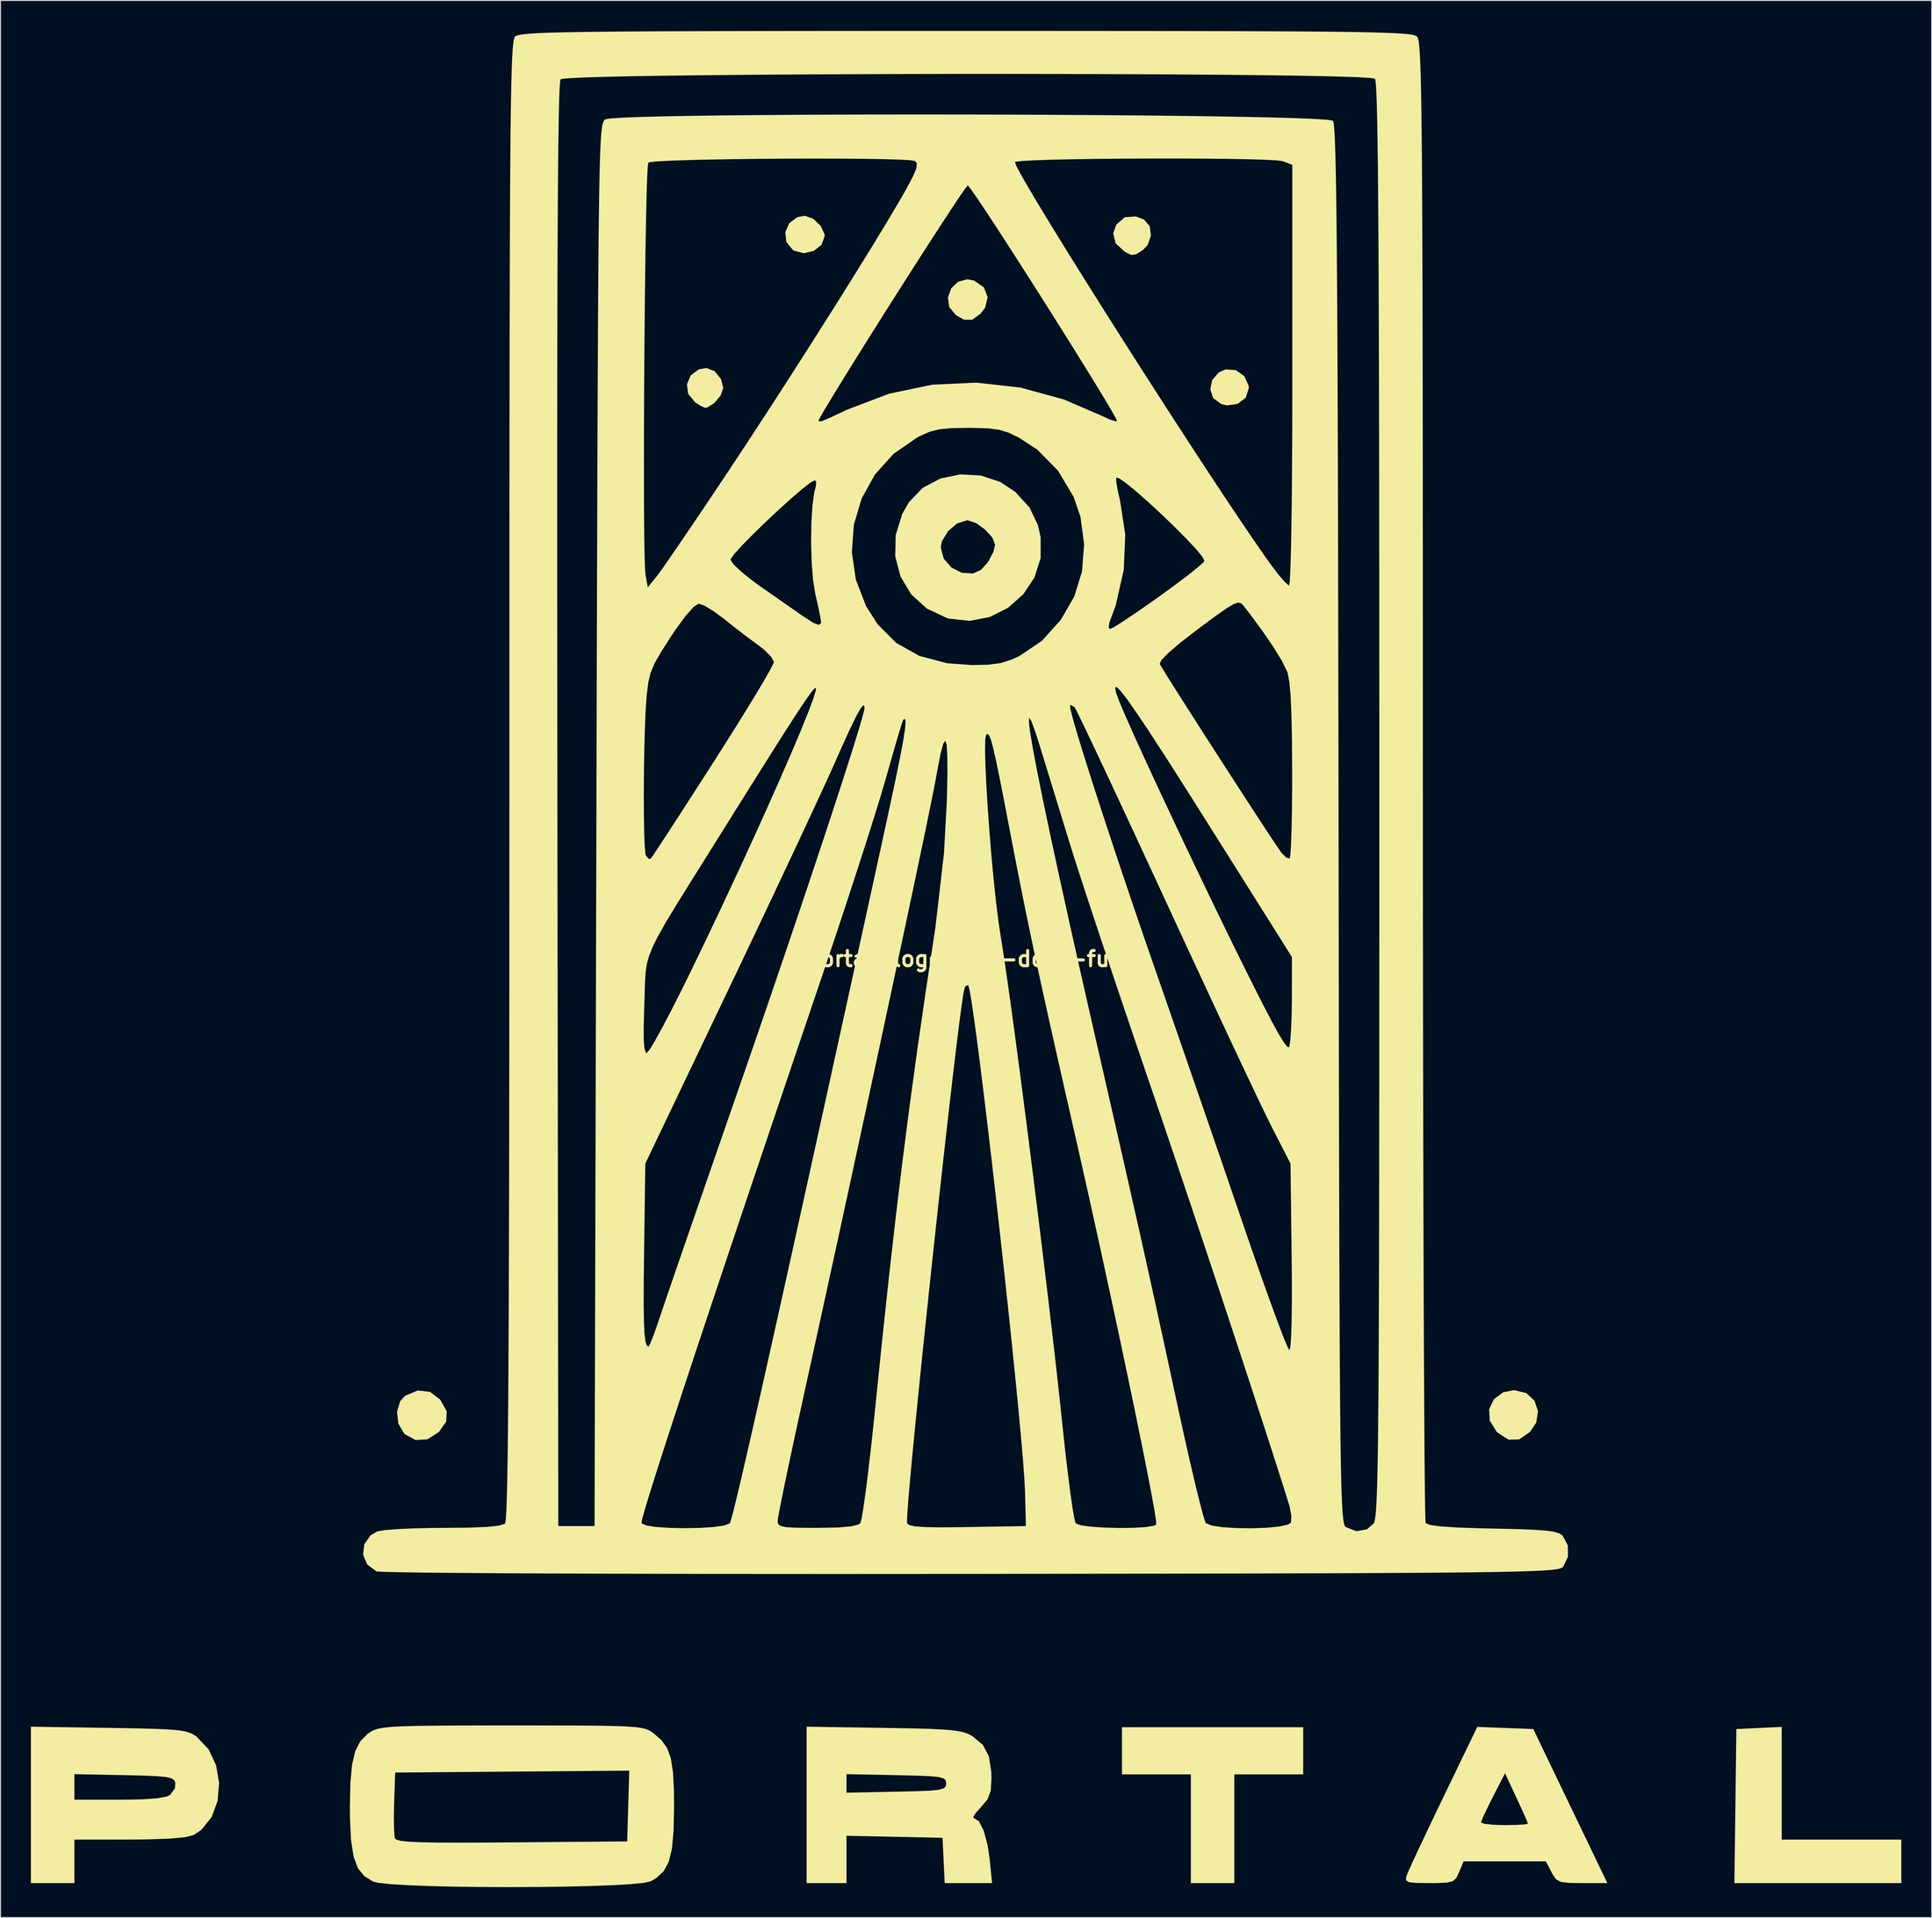
<source format=kicad_pcb>
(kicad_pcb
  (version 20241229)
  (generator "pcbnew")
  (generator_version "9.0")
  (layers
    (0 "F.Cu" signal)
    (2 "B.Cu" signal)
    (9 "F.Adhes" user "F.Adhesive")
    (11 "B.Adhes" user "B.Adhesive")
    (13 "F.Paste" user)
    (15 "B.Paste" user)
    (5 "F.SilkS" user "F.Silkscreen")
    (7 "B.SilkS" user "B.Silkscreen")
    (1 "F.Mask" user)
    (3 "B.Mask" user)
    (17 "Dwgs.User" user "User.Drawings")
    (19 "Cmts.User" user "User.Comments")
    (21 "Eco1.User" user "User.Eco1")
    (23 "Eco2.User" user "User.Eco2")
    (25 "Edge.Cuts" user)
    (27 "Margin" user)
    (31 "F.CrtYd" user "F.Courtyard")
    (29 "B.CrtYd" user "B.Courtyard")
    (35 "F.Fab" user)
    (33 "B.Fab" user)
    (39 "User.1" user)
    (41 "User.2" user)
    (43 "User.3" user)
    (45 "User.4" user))
  (footprint "portal-logo-eye-door-full"
    (layer "F.Cu")
    (at 92.299 91.583)
    (property "Reference" "portal-logo-eye-door-full" (at 0 0 0) (layer "F.SilkS") (effects (font (size 1.5 1.5) (thickness 0.3))))
    (attr board_only exclude_from_pos_files exclude_from_bom)
    (fp_poly (pts (xy 80.493 81.37) (xy 80.493 86.932) (xy 86.396 86.932) (xy 92.299 86.932) (xy 92.299 89.079) (xy 92.299 91.225) (xy 84.063 91.225) (xy 75.828 91.225) (xy 75.925 83.623) (xy 76.021 76.021) (xy 78.257 75.915) (xy 80.493 75.808)) (stroke (width 0) (type solid)) (fill yes) (layer "F.SilkS"))
    (fp_poly (pts (xy 0.797 -66.936) (xy 1.755 -66.266) (xy 2.128 -65.318) (xy 1.88 -64.27) (xy 1.431 -63.679) (xy 0.603 -63.071) (xy -0.2 -63.078) (xy -0.994 -63.52) (xy -1.667 -64.331) (xy -1.795 -65.273) (xy -1.474 -66.165) (xy -0.799 -66.824) (xy 0.135 -67.069)) (stroke (width 0) (type solid)) (fill yes) (layer "F.SilkS"))
    (fp_poly (pts (xy 26.617 -58.103) (xy 27.456 -57.508) (xy 27.887 -56.571) (xy 27.904 -56.333) (xy 27.598 -55.386) (xy 26.814 -54.777) (xy 25.755 -54.622) (xy 25.163 -54.759) (xy 24.381 -55.352) (xy 24.1 -56.211) (xy 24.291 -57.121) (xy 24.928 -57.868) (xy 25.604 -58.172)) (stroke (width 0) (type solid)) (fill yes) (layer "F.SilkS"))
    (fp_poly (pts (xy -24.82 -57.999) (xy -24.195 -57.229) (xy -23.969 -56.34) (xy -24.23 -55.6) (xy -24.842 -54.863) (xy -25.544 -54.414) (xy -25.758 -54.377) (xy -26.167 -54.561) (xy -26.751 -54.934) (xy -27.432 -55.758) (xy -27.551 -56.712) (xy -27.176 -57.587) (xy -26.376 -58.179) (xy -25.628 -58.313)) (stroke (width 0) (type solid)) (fill yes) (layer "F.SilkS"))
    (fp_poly (pts (xy -15.094 -73.041) (xy -14.351 -72.336) (xy -13.963 -71.502) (xy -13.952 -71.359) (xy -14.261 -70.482) (xy -15.028 -69.875) (xy -16.017 -69.643) (xy -16.989 -69.893) (xy -17.093 -69.961) (xy -17.744 -70.766) (xy -17.843 -71.712) (xy -17.462 -72.591) (xy -16.675 -73.193) (xy -15.914 -73.338)) (stroke (width 0) (type solid)) (fill yes) (layer "F.SilkS"))
    (fp_poly (pts (xy 17.553 -72.968) (xy 18.121 -72.313) (xy 18.241 -71.384) (xy 17.921 -70.455) (xy 17.45 -69.96) (xy 16.76 -69.522) (xy 16.287 -69.473) (xy 15.671 -69.778) (xy 15.656 -69.787) (xy 14.764 -70.61) (xy 14.515 -71.6) (xy 14.829 -72.468) (xy 15.666 -73.195) (xy 16.753 -73.272)) (stroke (width 0) (type solid)) (fill yes) (layer "F.SilkS"))
    (fp_poly (pts (xy 55.286 42.861) (xy 56.093 43.611) (xy 56.444 44.642) (xy 56.27 45.777) (xy 55.646 46.702) (xy 54.585 47.435) (xy 53.542 47.46) (xy 52.469 46.774) (xy 52.354 46.662) (xy 51.685 45.584) (xy 51.621 44.46) (xy 52.087 43.467) (xy 53.009 42.781) (xy 54.088 42.572)) (stroke (width 0) (type solid)) (fill yes) (layer "F.SilkS"))
    (fp_poly (pts (xy -52.912 42.741) (xy -51.904 43.508) (xy -51.899 43.514) (xy -51.264 44.652) (xy -51.307 45.674) (xy -52.035 46.701) (xy -52.036 46.702) (xy -53.157 47.425) (xy -54.329 47.499) (xy -55.397 46.917) (xy -55.451 46.865) (xy -56.037 45.873) (xy -56.167 44.711) (xy -55.848 43.653) (xy -55.371 43.129) (xy -54.121 42.608)) (stroke (width 0) (type solid)) (fill yes) (layer "F.SilkS"))
    (fp_poly (pts (xy 33.27 78.168) (xy 33.27 80.493) (xy 29.872 80.493) (xy 26.473 80.493) (xy 26.473 85.859) (xy 26.473 91.225) (xy 24.327 91.225) (xy 22.18 91.225) (xy 22.18 85.859) (xy 22.18 80.493) (xy 18.782 80.493) (xy 15.383 80.493) (xy 15.383 78.168) (xy 15.383 75.842) (xy 24.327 75.842) (xy 33.27 75.842)) (stroke (width 0) (type solid)) (fill yes) (layer "F.SilkS"))
    (fp_poly (pts (xy 1.453 -47.701) (xy 3.393 -47.057) (xy 4.853 -46.081) (xy 6.255 -44.544) (xy 7.083 -42.817) (xy 7.357 -41.611) (xy 7.356 -39.548) (xy 6.747 -37.638) (xy 5.637 -35.971) (xy 4.131 -34.641) (xy 2.336 -33.737) (xy 0.357 -33.352) (xy -1.7 -33.577) (xy -1.873 -33.627) (xy -3.871 -34.565) (xy -5.416 -35.969) (xy -6.47 -37.723) (xy -6.994 -39.71) (xy -6.975 -40.604) (xy -2.504 -40.604) (xy -2.208 -39.495) (xy -1.449 -38.623) (xy -0.425 -38.098) (xy 0.668 -38.029) (xy 1.462 -38.38) (xy 2.179 -39.179) (xy 2.71 -40.193) (xy 2.862 -40.89) (xy 2.572 -41.6) (xy 1.863 -42.376) (xy 0.976 -43.008) (xy 0.152 -43.286) (xy 0.114 -43.287) (xy -0.871 -42.978) (xy -1.781 -42.209) (xy -2.385 -41.218) (xy -2.504 -40.604) (xy -6.975 -40.604) (xy -6.95 -41.814) (xy -6.299 -43.916) (xy -5.635 -45.08) (xy -4.276 -46.486) (xy -2.537 -47.401) (xy -0.576 -47.811)) (stroke (width 0) (type solid)) (fill yes) (layer "F.SilkS"))
    (fp_poly (pts (xy -84.632 75.906) (xy -82.078 75.949) (xy -80.138 75.997) (xy -78.71 76.061) (xy -77.693 76.149) (xy -76.984 76.274) (xy -76.483 76.444) (xy -76.088 76.669) (xy -75.957 76.762) (xy -74.763 78.022) (xy -74.021 79.608) (xy -73.726 81.358) (xy -73.873 83.109) (xy -74.457 84.7) (xy -75.475 85.969) (xy -76.234 86.48) (xy -77.062 86.69) (xy -78.593 86.834) (xy -80.819 86.912) (xy -82.55 86.927) (xy -88.006 86.932) (xy -88.006 89.079) (xy -88.006 91.225) (xy -90.152 91.225) (xy -92.299 91.225) (xy -92.299 83.508) (xy -92.299 80.473) (xy -88.006 80.473) (xy -88.006 81.735) (xy -88.006 82.997) (xy -83.602 82.997) (xy -81.398 82.964) (xy -79.845 82.859) (xy -78.882 82.679) (xy -78.555 82.526) (xy -78.091 81.867) (xy -78.044 81.364) (xy -78.148 81.086) (xy -78.413 80.889) (xy -78.952 80.757) (xy -79.878 80.671) (xy -81.304 80.614) (xy -83.091 80.572) (xy -88.006 80.473) (xy -92.299 80.473) (xy -92.299 75.791)) (stroke (width 0) (type solid)) (fill yes) (layer "F.SilkS"))
    (fp_poly (pts (xy -8.139 75.906) (xy -5.566 75.951) (xy -3.606 76.004) (xy -2.155 76.075) (xy -1.11 76.173) (xy -0.367 76.307) (xy 0.177 76.488) (xy 0.596 76.706) (xy 1.642 77.568) (xy 2.248 78.701) (xy 2.491 80.277) (xy 2.504 80.895) (xy 2.428 82.111) (xy 2.119 82.95) (xy 1.459 83.74) (xy 0.888 84.378) (xy 0.687 84.748) (xy 0.735 84.786) (xy 1.263 85.124) (xy 1.74 86.056) (xy 2.119 87.463) (xy 2.317 88.811) (xy 2.561 91.225) (xy 0.224 91.225) (xy -2.112 91.225) (xy -2.219 88.989) (xy -2.325 86.754) (xy -7.065 86.654) (xy -11.806 86.554) (xy -11.806 88.89) (xy -11.806 91.225) (xy -13.773 91.225) (xy -15.741 91.225) (xy -15.741 83.508) (xy -15.741 80.473) (xy -11.806 80.473) (xy -11.806 81.387) (xy -11.806 82.302) (xy -6.887 82.202) (xy -4.924 82.157) (xy -3.567 82.101) (xy -2.703 82.016) (xy -2.223 81.884) (xy -2.014 81.687) (xy -1.968 81.406) (xy -1.968 81.387) (xy -2.008 81.101) (xy -2.204 80.9) (xy -2.666 80.765) (xy -3.505 80.678) (xy -4.831 80.621) (xy -6.755 80.575) (xy -6.887 80.572) (xy -11.806 80.473) (xy -15.741 80.473) (xy -15.741 75.791)) (stroke (width 0) (type solid)) (fill yes) (layer "F.SilkS"))
    (fp_poly (pts (xy 53.216 75.917) (xy 55.984 76.021) (xy 56.581 77.273) (xy 56.922 77.985) (xy 57.513 79.216) (xy 58.295 80.843) (xy 59.207 82.742) (xy 60.191 84.787) (xy 60.233 84.875) (xy 63.288 91.225) (xy 60.81 91.225) (xy 59.496 91.208) (xy 58.704 91.11) (xy 58.239 90.864) (xy 57.907 90.399) (xy 57.776 90.152) (xy 57.221 89.079) (xy 53.16 89.079) (xy 49.098 89.079) (xy 48.654 90.152) (xy 48.385 90.715) (xy 48.04 91.036) (xy 47.433 91.183) (xy 46.379 91.224) (xy 45.724 91.225) (xy 44.427 91.21) (xy 43.705 91.134) (xy 43.42 90.954) (xy 43.431 90.628) (xy 43.462 90.524) (xy 43.678 90.004) (xy 44.159 88.946) (xy 44.855 87.455) (xy 45.716 85.635) (xy 45.908 85.233) (xy 50.817 85.233) (xy 51.134 85.37) (xy 51.981 85.466) (xy 53.125 85.501) (xy 54.31 85.482) (xy 55.147 85.431) (xy 55.451 85.363) (xy 55.31 84.995) (xy 54.938 84.152) (xy 54.411 83.003) (xy 54.319 82.806) (xy 53.188 80.389) (xy 52.011 82.677) (xy 51.431 83.837) (xy 51.005 84.745) (xy 50.819 85.219) (xy 50.817 85.233) (xy 45.908 85.233) (xy 46.694 83.591) (xy 47.066 82.818) (xy 50.449 75.812)) (stroke (width 0) (type solid)) (fill yes) (layer "F.SilkS"))
    (fp_poly (pts (xy -41.46 75.665) (xy -38.711 75.671) (xy -36.53 75.687) (xy -34.841 75.716) (xy -33.572 75.762) (xy -32.647 75.829) (xy -31.993 75.921) (xy -31.535 76.043) (xy -31.2 76.197) (xy -30.913 76.388) (xy -30.882 76.411) (xy -30.082 77.101) (xy -29.515 77.884) (xy -29.143 78.894) (xy -28.93 80.262) (xy -28.836 82.122) (xy -28.822 83.713) (xy -28.871 86.081) (xy -29.036 87.853) (xy -29.354 89.143) (xy -29.861 90.065) (xy -30.592 90.734) (xy -31.112 91.04) (xy -31.769 91.193) (xy -33.038 91.322) (xy -34.816 91.428) (xy -37 91.511) (xy -39.489 91.572) (xy -42.178 91.608) (xy -44.965 91.622) (xy -47.747 91.611) (xy -50.421 91.577) (xy -52.885 91.519) (xy -55.035 91.437) (xy -56.768 91.331) (xy -57.983 91.201) (xy -58.52 91.075) (xy -59.395 90.542) (xy -60.029 89.75) (xy -60.455 88.596) (xy -60.704 86.98) (xy -60.808 84.798) (xy -60.809 84.768) (xy -56.477 84.768) (xy -56.458 85.964) (xy -56.397 86.709) (xy -56.37 86.818) (xy -56.201 86.955) (xy -55.766 87.061) (xy -55 87.14) (xy -53.834 87.194) (xy -52.203 87.224) (xy -50.039 87.233) (xy -47.275 87.224) (xy -44.817 87.206) (xy -33.449 87.111) (xy -33.347 83.618) (xy -33.244 80.125) (xy -44.795 80.22) (xy -56.345 80.314) (xy -56.45 83.325) (xy -56.477 84.768) (xy -60.809 84.768) (xy -60.817 83.737) (xy -60.768 81.331) (xy -60.601 79.521) (xy -60.285 78.191) (xy -59.788 77.226) (xy -59.08 76.511) (xy -58.805 76.317) (xy -58.498 76.145) (xy -58.107 76.006) (xy -57.556 75.897) (xy -56.773 75.813) (xy -55.684 75.752) (xy -54.214 75.71) (xy -52.291 75.684) (xy -49.84 75.669) (xy -46.788 75.664) (xy -44.85 75.663)) (stroke (width 0) (type solid)) (fill yes) (layer "F.SilkS"))
    (fp_poly (pts (xy 6.567 -91.582) (xy 12.455 -91.58) (xy 17.701 -91.576) (xy 22.344 -91.569) (xy 26.418 -91.559) (xy 29.962 -91.545) (xy 33.012 -91.528) (xy 35.606 -91.506) (xy 37.78 -91.479) (xy 39.571 -91.447) (xy 41.017 -91.409) (xy 42.154 -91.364) (xy 43.019 -91.313) (xy 43.65 -91.255) (xy 44.083 -91.189) (xy 44.355 -91.114) (xy 44.503 -91.031) (xy 44.514 -91.021) (xy 44.58 -90.907) (xy 44.64 -90.683) (xy 44.696 -90.321) (xy 44.747 -89.791) (xy 44.793 -89.066) (xy 44.834 -88.117) (xy 44.872 -86.914) (xy 44.905 -85.431) (xy 44.935 -83.637) (xy 44.961 -81.504) (xy 44.984 -79.004) (xy 45.004 -76.108) (xy 45.021 -72.787) (xy 45.035 -69.013) (xy 45.047 -64.758) (xy 45.057 -59.992) (xy 45.065 -54.687) (xy 45.071 -48.814) (xy 45.075 -42.345) (xy 45.078 -35.251) (xy 45.08 -27.504) (xy 45.081 -19.075) (xy 45.082 -17.593) (xy 45.083 -10.421) (xy 45.088 -3.438) (xy 45.094 3.322) (xy 45.103 9.826) (xy 45.115 16.04) (xy 45.128 21.929) (xy 45.143 27.461) (xy 45.159 32.6) (xy 45.178 37.314) (xy 45.198 41.569) (xy 45.219 45.33) (xy 45.241 48.565) (xy 45.265 51.238) (xy 45.289 53.317) (xy 45.315 54.767) (xy 45.341 55.555) (xy 45.356 55.695) (xy 45.772 55.874) (xy 46.791 56.018) (xy 48.444 56.127) (xy 50.766 56.207) (xy 51.957 56.232) (xy 54.301 56.283) (xy 56.033 56.348) (xy 57.255 56.437) (xy 58.071 56.56) (xy 58.583 56.728) (xy 58.882 56.939) (xy 59.385 57.892) (xy 59.399 59.025) (xy 58.926 59.998) (xy 58.881 60.044) (xy 58.766 60.122) (xy 58.559 60.192) (xy 58.23 60.257) (xy 57.745 60.315) (xy 57.072 60.367) (xy 56.178 60.414) (xy 55.032 60.455) (xy 53.6 60.492) (xy 51.85 60.525) (xy 49.75 60.554) (xy 47.267 60.579) (xy 44.368 60.601) (xy 41.022 60.62) (xy 37.195 60.637) (xy 32.856 60.651) (xy 27.971 60.664) (xy 22.508 60.675) (xy 16.436 60.685) (xy 9.721 60.695) (xy 2.33 60.704) (xy 0.434 60.706) (xy -6.291 60.713) (xy -12.762 60.714) (xy -18.944 60.713) (xy -24.804 60.707) (xy -30.307 60.697) (xy -35.418 60.685) (xy -40.104 60.668) (xy -44.329 60.649) (xy -48.06 60.627) (xy -51.262 60.601) (xy -53.9 60.573) (xy -55.941 60.543) (xy -57.351 60.51) (xy -58.094 60.474) (xy -58.2 60.458) (xy -59.112 59.773) (xy -59.511 58.81) (xy -59.399 57.782) (xy -58.781 56.904) (xy -58.117 56.518) (xy -57.447 56.396) (xy -56.21 56.292) (xy -54.555 56.215) (xy -52.631 56.172) (xy -51.564 56.166) (xy -49.088 56.143) (xy -47.286 56.07) (xy -46.118 55.946) (xy -45.541 55.767) (xy -45.505 55.737) (xy -45.453 55.529) (xy -45.404 55.001) (xy -45.36 54.128) (xy -45.319 52.888) (xy -45.282 51.258) (xy -45.249 49.215) (xy -45.219 46.736) (xy -45.192 43.798) (xy -45.169 40.378) (xy -45.148 36.454) (xy -45.13 32.002) (xy -45.115 26.999) (xy -45.103 21.423) (xy -45.093 15.25) (xy -45.086 8.458) (xy -45.081 1.024) (xy -45.077 -7.076) (xy -45.076 -15.865) (xy -45.076 -17.576) (xy -45.076 -26.123) (xy -45.074 -33.984) (xy -45.072 -41.186) (xy -45.07 -45.252) (xy -40.358 -45.252) (xy -40.357 -38.066) (xy -40.352 -30.216) (xy -40.344 -21.682) (xy -40.337 -15.167) (xy -40.246 55.987) (xy -38.458 55.987) (xy -36.669 55.987) (xy -36.668 55.692) (xy -32.043 55.692) (xy -32.04 55.701) (xy -31.619 55.916) (xy -30.658 56.07) (xy -29.333 56.164) (xy -27.817 56.196) (xy -26.284 56.168) (xy -24.909 56.078) (xy -23.864 55.928) (xy -23.325 55.716) (xy -23.318 55.707) (xy -23.236 55.477) (xy -18.603 55.477) (xy -18.551 55.78) (xy -18.313 55.979) (xy -17.766 56.095) (xy -16.784 56.15) (xy -15.245 56.166) (xy -14.711 56.166) (xy -12.697 56.13) (xy -11.342 56.018) (xy -10.594 55.824) (xy -10.444 55.713) (xy -10.408 55.585) (xy -5.834 55.585) (xy -5.822 55.711) (xy -5.599 55.893) (xy -5.034 56.017) (xy -4.038 56.088) (xy -2.523 56.112) (xy -0.401 56.094) (xy 0.131 56.085) (xy 5.903 55.987) (xy 5.815 52.589) (xy 5.753 51.338) (xy 5.62 49.537) (xy 5.424 47.254) (xy 5.173 44.56) (xy 4.876 41.526) (xy 4.54 38.221) (xy 4.172 34.716) (xy 3.781 31.081) (xy 3.375 27.386) (xy 2.961 23.701) (xy 2.548 20.097) (xy 2.142 16.643) (xy 1.753 13.41) (xy 1.388 10.469) (xy 1.055 7.888) (xy 0.762 5.74) (xy 0.517 4.093) (xy 0.327 3.018) (xy 0.201 2.586) (xy -0.053 2.687) (xy -0.157 2.9) (xy -0.274 3.479) (xy -0.453 4.687) (xy -0.687 6.456) (xy -0.968 8.718) (xy -1.288 11.402) (xy -1.641 14.441) (xy -2.019 17.765) (xy -2.414 21.306) (xy -2.819 24.994) (xy -3.228 28.76) (xy -3.631 32.536) (xy -4.023 36.253) (xy -4.395 39.842) (xy -4.74 43.234) (xy -5.051 46.359) (xy -5.32 49.15) (xy -5.541 51.537) (xy -5.705 53.451) (xy -5.805 54.824) (xy -5.834 55.585) (xy -10.408 55.585) (xy -10.317 55.256) (xy -10.134 54.177) (xy -9.907 52.566) (xy -9.649 50.513) (xy -9.37 48.109) (xy -9.083 45.443) (xy -8.954 44.176) (xy -8.258 37.394) (xy -7.591 31.181) (xy -6.933 25.389) (xy -6.266 19.875) (xy -5.572 14.492) (xy -4.833 9.093) (xy -4.03 3.535) (xy -3.146 -2.33) (xy -3.037 -3.041) (xy -2.185 -10.401) (xy -1.902 -15.562) (xy -1.844 -18.119) (xy -1.849 -19.964) (xy -1.888 -20.606) (xy 1.87 -20.606) (xy 1.909 -19.051) (xy 1.999 -17.114) (xy 2.134 -14.906) (xy 2.306 -12.538) (xy 2.505 -10.119) (xy 2.725 -7.759) (xy 2.958 -5.568) (xy 3.196 -3.657) (xy 3.397 -2.325) (xy 3.683 -0.528) (xy 4.039 1.89) (xy 4.453 4.839) (xy 4.913 8.229) (xy 5.408 11.97) (xy 5.926 15.971) (xy 6.457 20.143) (xy 6.989 24.396) (xy 7.511 28.639) (xy 8.01 32.783) (xy 8.477 36.738) (xy 8.899 40.413) (xy 9.264 43.718) (xy 9.502 45.97) (xy 9.773 48.49) (xy 10.042 50.784) (xy 10.295 52.755) (xy 10.519 54.302) (xy 10.701 55.326) (xy 10.818 55.719) (xy 11.308 55.907) (xy 12.313 56.048) (xy 13.647 56.138) (xy 15.126 56.176) (xy 16.562 56.158) (xy 17.771 56.082) (xy 18.566 55.945) (xy 18.767 55.832) (xy 18.743 55.411) (xy 18.576 54.358) (xy 18.282 52.739) (xy 17.873 50.619) (xy 17.364 48.065) (xy 16.768 45.141) (xy 16.099 41.915) (xy 15.37 38.452) (xy 14.596 34.819) (xy 13.79 31.08) (xy 12.966 27.302) (xy 12.138 23.551) (xy 11.319 19.893) (xy 10.864 17.887) (xy 9.825 13.316) (xy 8.927 9.342) (xy 8.15 5.869) (xy 7.472 2.797) (xy 6.872 0.028) (xy 6.328 -2.536) (xy 5.821 -4.994) (xy 5.329 -7.443) (xy 4.83 -9.983) (xy 4.305 -12.712) (xy 4.283 -12.827) (xy 3.728 -15.711) (xy 3.284 -17.962) (xy 2.935 -19.651) (xy 2.662 -20.848) (xy 2.447 -21.624) (xy 2.275 -22.05) (xy 2.126 -22.198) (xy 1.983 -22.136) (xy 1.98 -22.133) (xy 1.891 -21.67) (xy 1.87 -20.606) (xy -1.888 -20.606) (xy -1.918 -21.1) (xy -2.051 -21.529) (xy -2.249 -21.251) (xy -2.513 -20.269) (xy -2.845 -18.585) (xy -2.967 -17.887) (xy -3.148 -16.923) (xy -3.47 -15.318) (xy -3.919 -13.131) (xy -4.484 -10.422) (xy -5.151 -7.248) (xy -5.909 -3.668) (xy -6.744 0.259) (xy -7.644 4.474) (xy -8.597 8.919) (xy -9.59 13.535) (xy -10.61 18.264) (xy -11.645 23.046) (xy -12.683 27.824) (xy -13.71 32.538) (xy -14.714 37.13) (xy -15.683 41.542) (xy -15.935 42.688) (xy -16.563 45.552) (xy -17.137 48.215) (xy -17.642 50.589) (xy -18.058 52.59) (xy -18.368 54.132) (xy -18.555 55.129) (xy -18.603 55.477) (xy -23.236 55.477) (xy -23.199 55.372) (xy -22.969 54.514) (xy -22.626 53.122) (xy -22.167 51.183) (xy -21.589 48.683) (xy -20.89 45.612) (xy -20.066 41.956) (xy -19.114 37.702) (xy -18.033 32.84) (xy -16.819 27.355) (xy -15.469 21.235) (xy -13.981 14.469) (xy -12.352 7.044) (xy -10.579 -1.054) (xy -8.659 -9.835) (xy -8.198 -11.946) (xy -7.471 -15.304) (xy -6.897 -18.016) (xy -6.469 -20.133) (xy -6.177 -21.707) (xy -6.014 -22.789) (xy -5.971 -23.402) (xy 6.194 -23.402) (xy 6.315 -22.386) (xy 6.591 -20.743) (xy 7.018 -18.488) (xy 7.593 -15.635) (xy 8.315 -12.197) (xy 9.181 -8.188) (xy 10.187 -3.622) (xy 11.331 1.486) (xy 12.611 7.123) (xy 12.7 7.513) (xy 13.77 12.193) (xy 14.7 16.273) (xy 15.514 19.85) (xy 16.233 23.021) (xy 16.878 25.883) (xy 17.471 28.533) (xy 18.034 31.069) (xy 18.588 33.588) (xy 19.156 36.186) (xy 19.759 38.962) (xy 20.418 42.011) (xy 20.956 44.508) (xy 21.544 47.193) (xy 22.103 49.662) (xy 22.61 51.826) (xy 23.045 53.595) (xy 23.385 54.878) (xy 23.608 55.587) (xy 23.659 55.688) (xy 24.199 55.926) (xy 25.242 56.092) (xy 26.608 56.184) (xy 28.121 56.206) (xy 29.602 56.156) (xy 30.873 56.037) (xy 31.755 55.848) (xy 32.062 55.644) (xy 32.099 54.962) (xy 31.918 54.013) (xy 31.898 53.945) (xy 31.145 51.55) (xy 30.192 48.575) (xy 29.07 45.116) (xy 27.813 41.268) (xy 26.45 37.128) (xy 25.014 32.792) (xy 23.537 28.356) (xy 22.051 23.917) (xy 20.588 19.57) (xy 19.179 15.412) (xy 18.07 12.163) (xy 16.842 8.565) (xy 15.618 4.952) (xy 14.431 1.424) (xy 13.314 -1.919) (xy 12.301 -4.975) (xy 11.426 -7.645) (xy 10.721 -9.827) (xy 10.268 -11.269) (xy 9.558 -13.579) (xy 8.84 -15.915) (xy 8.173 -18.086) (xy 7.615 -19.905) (xy 7.301 -20.928) (xy 6.78 -22.556) (xy 6.423 -23.501) (xy 6.229 -23.779) (xy 6.194 -23.402) (xy -5.971 -23.402) (xy -5.969 -23.429) (xy -6.035 -23.68) (xy -6.203 -23.591) (xy -6.211 -23.581) (xy -6.347 -23.204) (xy -6.638 -22.255) (xy -7.049 -20.856) (xy -7.546 -19.125) (xy -7.895 -17.887) (xy -8.363 -16.293) (xy -9.028 -14.134) (xy -9.854 -11.522) (xy -10.806 -8.569) (xy -11.846 -5.387) (xy -12.939 -2.088) (xy -14.049 1.216) (xy -14.243 1.789) (xy -16.787 9.296) (xy -19.151 16.294) (xy -21.333 22.769) (xy -23.326 28.706) (xy -25.126 34.092) (xy -26.729 38.914) (xy -28.13 43.157) (xy -29.324 46.808) (xy -30.308 49.852) (xy -31.076 52.277) (xy -31.625 54.067) (xy -31.948 55.21) (xy -32.043 55.692) (xy -36.668 55.692) (xy -36.612 33.97) (xy -31.821 33.97) (xy -31.8 35.693) (xy -31.747 36.914) (xy -31.659 37.704) (xy -31.532 38.135) (xy -31.363 38.278) (xy -31.343 38.279) (xy -31.168 37.964) (xy -30.835 37.122) (xy -30.406 35.908) (xy -30.211 35.327) (xy -29.913 34.44) (xy -29.405 32.95) (xy -28.711 30.928) (xy -27.857 28.446) (xy -26.867 25.578) (xy -25.766 22.395) (xy -24.58 18.969) (xy -23.333 15.372) (xy -22.467 12.879) (xy -20.965 8.539) (xy -19.487 4.236) (xy -18.051 0.025) (xy -16.676 -4.038) (xy -15.379 -7.898) (xy -14.18 -11.5) (xy -13.096 -14.787) (xy -12.146 -17.705) (xy -11.348 -20.198) (xy -10.72 -22.211) (xy -10.281 -23.689) (xy -10.05 -24.575) (xy -10.017 -24.787) (xy -10.093 -25.018) (xy 10.25 -25.018) (xy 10.299 -24.618) (xy 10.561 -23.61) (xy 11.013 -22.06) (xy 11.634 -20.038) (xy 12.403 -17.61) (xy 13.296 -14.845) (xy 14.294 -11.81) (xy 15.372 -8.572) (xy 16.511 -5.199) (xy 17.687 -1.759) (xy 18.796 1.44) (xy 19.993 4.882) (xy 21.35 8.796) (xy 22.793 12.973) (xy 24.252 17.207) (xy 25.656 21.291) (xy 26.933 25.019) (xy 27.277 26.026) (xy 28.258 28.875) (xy 29.178 31.499) (xy 30.009 33.823) (xy 30.725 35.773) (xy 31.298 37.275) (xy 31.7 38.253) (xy 31.904 38.634) (xy 31.911 38.637) (xy 32.005 38.291) (xy 32.078 37.298) (xy 32.126 35.728) (xy 32.15 33.65) (xy 32.146 31.132) (xy 32.13 29.425) (xy 32.018 20.213) (xy 30.184 16.635) (xy 29.69 15.639) (xy 28.932 14.066) (xy 27.944 11.987) (xy 26.759 9.477) (xy 25.413 6.607) (xy 23.94 3.451) (xy 22.373 0.081) (xy 20.746 -3.43) (xy 19.687 -5.724) (xy 18.098 -9.163) (xy 16.592 -12.411) (xy 15.197 -15.408) (xy 13.941 -18.095) (xy 12.85 -20.414) (xy 11.953 -22.307) (xy 11.278 -23.715) (xy 10.85 -24.579) (xy 10.705 -24.84) (xy 10.327 -25.052) (xy 10.25 -25.018) (xy -10.093 -25.018) (xy -10.102 -25.047) (xy -10.37 -24.783) (xy -10.837 -23.962) (xy -11.522 -22.551) (xy -12.442 -20.519) (xy -12.86 -19.57) (xy -13.439 -18.278) (xy -14.289 -16.423) (xy -15.371 -14.089) (xy -16.646 -11.359) (xy -18.075 -8.317) (xy -19.618 -5.045) (xy -21.238 -1.627) (xy -22.895 1.855) (xy -23.34 2.787) (xy -31.661 20.213) (xy -31.779 28.734) (xy -31.812 31.674) (xy -31.821 33.97) (xy -36.612 33.97) (xy -36.541 6.572) (xy -31.819 6.572) (xy -31.815 8.012) (xy -31.743 8.886) (xy -31.599 9.269) (xy -31.52 9.301) (xy -31.253 8.993) (xy -30.727 8.125) (xy -29.988 6.786) (xy -29.082 5.061) (xy -28.058 3.039) (xy -27.221 1.342) (xy -25.63 -1.956) (xy -24.046 -5.294) (xy -22.499 -8.607) (xy -21.016 -11.833) (xy -19.626 -14.905) (xy -18.357 -17.761) (xy -17.237 -20.336) (xy -16.296 -22.565) (xy -15.561 -24.385) (xy -15.06 -25.732) (xy -14.822 -26.54) (xy -14.824 -26.749) (xy -14.948 -26.698) (xy -15.214 -26.396) (xy -15.651 -25.798) (xy -16.286 -24.863) (xy -17.147 -23.547) (xy -18.262 -21.807) (xy -19.659 -19.601) (xy -21.366 -16.887) (xy -23.41 -13.621) (xy -24.209 -12.342) (xy -26.056 -9.391) (xy -27.568 -6.976) (xy -28.779 -5.021) (xy -29.722 -3.45) (xy -30.433 -2.188) (xy -30.945 -1.156) (xy -31.292 -0.281) (xy -31.509 0.515) (xy -31.629 1.308) (xy -31.688 2.175) (xy -31.718 3.19) (xy -31.755 4.431) (xy -31.757 4.492) (xy -31.819 6.572) (xy -36.541 6.572) (xy -36.49 -13.176) (xy -36.482 -16.36) (xy -31.809 -16.36) (xy -31.803 -14.334) (xy -31.774 -12.571) (xy -31.724 -11.204) (xy -31.65 -10.363) (xy -31.613 -10.201) (xy -31.303 -9.841) (xy -31.112 -9.903) (xy -30.857 -10.267) (xy -30.266 -11.158) (xy -29.388 -12.501) (xy -28.274 -14.218) (xy -26.972 -16.235) (xy -25.531 -18.475) (xy -24.899 -19.461) (xy -23.422 -21.783) (xy -22.08 -23.929) (xy -20.92 -25.821) (xy -20.343 -26.786) (xy 14.71 -26.786) (xy 14.78 -26.337) (xy 14.845 -26.119) (xy 15.158 -25.3) (xy 15.748 -23.918) (xy 16.579 -22.05) (xy 17.614 -19.776) (xy 18.815 -17.175) (xy 20.148 -14.325) (xy 21.574 -11.304) (xy 23.058 -8.193) (xy 24.561 -5.07) (xy 26.049 -2.013) (xy 26.392 -1.313) (xy 27.915 1.768) (xy 29.158 4.237) (xy 30.143 6.13) (xy 30.888 7.484) (xy 31.415 8.337) (xy 31.744 8.725) (xy 31.889 8.704) (xy 31.993 8.096) (xy 32.077 6.945) (xy 32.134 5.425) (xy 32.152 3.935) (xy 32.157 -0.179) (xy 23.84 -13.392) (xy 21.592 -16.95) (xy 19.695 -19.92) (xy 18.132 -22.327) (xy 16.885 -24.195) (xy 15.937 -25.551) (xy 15.27 -26.417) (xy 14.867 -26.821) (xy 14.71 -26.786) (xy -20.343 -26.786) (xy -19.988 -27.38) (xy -19.333 -28.529) (xy -19 -29.188) (xy -18.968 -29.299) (xy -19.246 -29.82) (xy -19.948 -30.521) (xy -20.489 -30.942) (xy -21.614 -31.769) (xy -22.945 -32.794) (xy -23.875 -33.535) (xy -24.921 -34.313) (xy -25.829 -34.86) (xy -26.379 -35.054) (xy -26.889 -34.742) (xy -27.682 -33.851) (xy -28.711 -32.435) (xy -29.152 -31.775) (xy -30.113 -30.275) (xy -30.749 -29.16) (xy -31.14 -28.225) (xy -31.368 -27.268) (xy -31.513 -26.085) (xy -31.541 -25.788) (xy -31.633 -24.438) (xy -31.706 -22.687) (xy -31.761 -20.668) (xy -31.795 -18.515) (xy -31.809 -16.36) (xy -36.482 -16.36) (xy -36.469 -21.44) (xy -36.449 -29.019) (xy -36.429 -35.942) (xy -36.411 -42.239) (xy -36.393 -47.941) (xy -36.389 -48.963) (xy -31.797 -48.963) (xy -31.794 -46.095) (xy -31.782 -43.53) (xy -31.76 -41.349) (xy -31.73 -39.63) (xy -31.688 -38.45) (xy -31.643 -37.921) (xy -31.415 -36.669) (xy -30.539 -37.742) (xy -30.125 -38.303) (xy -29.373 -39.378) (xy -29.362 -39.394) (xy -23.253 -39.394) (xy -22.975 -38.954) (xy -22.224 -38.236) (xy -21.128 -37.354) (xy -20.302 -36.753) (xy -18.882 -35.762) (xy -17.537 -34.822) (xy -16.469 -34.078) (xy -16.099 -33.82) (xy -15.087 -33.166) (xy -14.523 -32.952) (xy -14.317 -33.147) (xy -14.31 -33.248) (xy -14.387 -33.744) (xy -14.591 -34.725) (xy -14.876 -35.982) (xy -14.885 -36.021) (xy -15.105 -37.389) (xy -15.242 -39.145) (xy -15.27 -40.142) (xy -11.276 -40.142) (xy -10.884 -37.435) (xy -9.88 -34.824) (xy -8.725 -33.008) (xy -6.894 -31.176) (xy -4.618 -29.899) (xy -1.891 -29.175) (xy 0.556 -28.993) (xy 2.205 -29.028) (xy 2.864 -29.116) (xy 19.105 -29.116) (xy 19.334 -28.718) (xy 19.895 -27.813) (xy 20.729 -26.49) (xy 21.778 -24.842) (xy 22.981 -22.96) (xy 24.282 -20.935) (xy 25.62 -18.859) (xy 26.937 -16.823) (xy 28.174 -14.918) (xy 29.272 -13.235) (xy 30.173 -11.867) (xy 30.817 -10.903) (xy 31.097 -10.501) (xy 31.599 -9.988) (xy 31.929 -9.896) (xy 32.004 -10.285) (xy 32.069 -11.288) (xy 32.122 -12.804) (xy 32.16 -14.734) (xy 32.18 -16.975) (xy 32.181 -18.534) (xy 32.16 -21.664) (xy 32.108 -24.137) (xy 32.023 -26.012) (xy 31.9 -27.345) (xy 31.738 -28.196) (xy 31.697 -28.322) (xy 31.196 -29.357) (xy 30.313 -30.799) (xy 29.134 -32.518) (xy 27.748 -34.381) (xy 27.391 -34.839) (xy 27.15 -35.085) (xy 26.855 -35.16) (xy 26.406 -35.012) (xy 25.701 -34.592) (xy 24.641 -33.846) (xy 23.125 -32.726) (xy 22.892 -32.552) (xy 21.218 -31.26) (xy 19.997 -30.223) (xy 19.278 -29.489) (xy 19.105 -29.116) (xy 2.864 -29.116) (xy 3.426 -29.191) (xy 4.499 -29.535) (xy 5.273 -29.892) (xy 7.475 -31.379) (xy 8.64 -32.67) (xy 14.07 -32.67) (xy 14.222 -32.555) (xy 14.621 -32.753) (xy 15.488 -33.299) (xy 16.714 -34.12) (xy 18.189 -35.143) (xy 18.976 -35.7) (xy 20.522 -36.824) (xy 21.851 -37.827) (xy 22.855 -38.627) (xy 23.429 -39.14) (xy 23.522 -39.262) (xy 23.334 -39.658) (xy 22.719 -40.41) (xy 21.779 -41.421) (xy 20.617 -42.591) (xy 19.338 -43.824) (xy 18.046 -45.02) (xy 16.843 -46.083) (xy 15.835 -46.912) (xy 15.123 -47.412) (xy 14.823 -47.497) (xy 14.814 -47.087) (xy 14.968 -46.197) (xy 15.196 -45.231) (xy 15.708 -41.876) (xy 15.561 -38.386) (xy 14.763 -34.875) (xy 14.137 -33.181) (xy 14.07 -32.67) (xy 8.64 -32.67) (xy 9.34 -33.444) (xy 10.664 -35.732) (xy 11.438 -38.216) (xy 11.647 -40.917) (xy 11.291 -43.613) (xy 10.604 -45.613) (xy 9.058 -48.193) (xy 7.023 -50.257) (xy 5.187 -51.454) (xy 4.197 -51.928) (xy 3.267 -52.214) (xy 2.158 -52.357) (xy 0.631 -52.402) (xy 0.179 -52.403) (xy -1.483 -52.375) (xy -2.67 -52.259) (xy -3.622 -52.012) (xy -4.576 -51.586) (xy -4.83 -51.454) (xy -7.167 -49.836) (xy -9.002 -47.791) (xy -10.313 -45.425) (xy -11.079 -42.84) (xy -11.276 -40.142) (xy -15.27 -40.142) (xy -15.296 -41.091) (xy -15.269 -43.03) (xy -15.162 -44.764) (xy -14.975 -46.096) (xy -14.835 -46.596) (xy -14.79 -47.109) (xy -14.952 -47.223) (xy -15.389 -46.985) (xy -16.209 -46.343) (xy -17.301 -45.403) (xy -18.551 -44.272) (xy -19.847 -43.054) (xy -21.076 -41.856) (xy -22.127 -40.785) (xy -22.886 -39.947) (xy -23.24 -39.447) (xy -23.253 -39.394) (xy -29.362 -39.394) (xy -28.339 -40.884) (xy -27.08 -42.737) (xy -25.652 -44.855) (xy -24.111 -47.155) (xy -23.47 -48.117) (xy -21.47 -51.144) (xy -20.13 -53.199) (xy -14.533 -53.199) (xy -14.528 -53.025) (xy -14.216 -53.076) (xy -13.494 -53.377) (xy -12.261 -53.952) (xy -11.753 -54.193) (xy -7.603 -55.775) (xy -3.33 -56.666) (xy 1.009 -56.867) (xy 5.355 -56.381) (xy 9.652 -55.207) (xy 13.288 -53.636) (xy 14.184 -53.227) (xy 14.784 -53.044) (xy 14.899 -53.059) (xy 14.758 -53.39) (xy 14.277 -54.242) (xy 13.507 -55.534) (xy 12.5 -57.186) (xy 11.305 -59.119) (xy 9.973 -61.253) (xy 8.555 -63.509) (xy 7.101 -65.805) (xy 5.662 -68.063) (xy 4.288 -70.202) (xy 3.031 -72.143) (xy 1.94 -73.806) (xy 1.066 -75.111) (xy 0.459 -75.978) (xy 0.171 -76.327) (xy 0.163 -76.33) (xy -0.072 -76.048) (xy -0.634 -75.237) (xy -1.473 -73.978) (xy -2.539 -72.35) (xy -3.78 -70.432) (xy -5.147 -68.303) (xy -6.589 -66.043) (xy -8.056 -63.731) (xy -9.496 -61.446) (xy -10.86 -59.269) (xy -12.096 -57.277) (xy -13.154 -55.551) (xy -13.985 -54.17) (xy -14.334 -53.573) (xy -14.533 -53.199) (xy -20.13 -53.199) (xy -19.371 -54.362) (xy -17.228 -57.681) (xy -15.099 -61.012) (xy -13.039 -64.266) (xy -11.105 -67.352) (xy -9.354 -70.182) (xy -7.842 -72.666) (xy -6.626 -74.715) (xy -5.91 -75.968) (xy -5.229 -77.25) (xy -4.895 -78.059) (xy -4.868 -78.526) (xy -4.962 -78.642) (xy 4.826 -78.642) (xy 4.946 -78.282) (xy 5.42 -77.383) (xy 6.212 -76.006) (xy 7.283 -74.209) (xy 8.597 -72.052) (xy 10.115 -69.594) (xy 11.799 -66.896) (xy 13.611 -64.016) (xy 15.515 -61.014) (xy 17.471 -57.95) (xy 19.443 -54.883) (xy 21.392 -51.872) (xy 23.281 -48.977) (xy 25.072 -46.258) (xy 26.727 -43.773) (xy 28.209 -41.583) (xy 29.479 -39.747) (xy 29.9 -39.152) (xy 30.711 -38.069) (xy 31.391 -37.26) (xy 31.819 -36.865) (xy 31.871 -36.848) (xy 31.937 -37.198) (xy 31.997 -38.216) (xy 32.051 -39.856) (xy 32.097 -42.07) (xy 32.136 -44.811) (xy 32.166 -48.033) (xy 32.186 -51.687) (xy 32.196 -55.728) (xy 32.197 -57.606) (xy 32.197 -78.364) (xy 31.246 -78.726) (xy 30.693 -78.803) (xy 29.542 -78.866) (xy 27.892 -78.916) (xy 25.84 -78.953) (xy 23.485 -78.977) (xy 20.926 -78.989) (xy 18.261 -78.988) (xy 15.588 -78.976) (xy 13.006 -78.952) (xy 10.612 -78.917) (xy 8.507 -78.871) (xy 6.787 -78.814) (xy 5.552 -78.748) (xy 4.899 -78.671) (xy 4.826 -78.642) (xy -4.962 -78.642) (xy -5.047 -78.745) (xy -5.514 -78.821) (xy -6.592 -78.882) (xy -8.183 -78.928) (xy -10.186 -78.96) (xy -12.505 -78.978) (xy -15.04 -78.983) (xy -17.692 -78.975) (xy -20.362 -78.956) (xy -22.953 -78.925) (xy -25.366 -78.883) (xy -27.501 -78.832) (xy -29.26 -78.771) (xy -30.545 -78.701) (xy -31.257 -78.622) (xy -31.363 -78.585) (xy -31.421 -78.182) (xy -31.476 -77.141) (xy -31.529 -75.542) (xy -31.579 -73.463) (xy -31.625 -70.982) (xy -31.667 -68.179) (xy -31.704 -65.13) (xy -31.736 -61.915) (xy -31.761 -58.613) (xy -31.78 -55.301) (xy -31.793 -52.058) (xy -31.797 -48.963) (xy -36.389 -48.963) (xy -36.374 -53.076) (xy -36.355 -57.676) (xy -36.335 -61.77) (xy -36.314 -65.387) (xy -36.292 -68.559) (xy -36.267 -71.314) (xy -36.239 -73.683) (xy -36.209 -75.695) (xy -36.176 -77.381) (xy -36.139 -78.771) (xy -36.099 -79.893) (xy -36.054 -80.78) (xy -36.004 -81.459) (xy -35.949 -81.962) (xy -35.889 -82.317) (xy -35.823 -82.556) (xy -35.751 -82.707) (xy -35.672 -82.802) (xy -35.61 -82.852) (xy -35.14 -82.938) (xy -34.016 -83.015) (xy -32.298 -83.084) (xy -30.045 -83.144) (xy -27.316 -83.195) (xy -24.17 -83.238) (xy -20.667 -83.273) (xy -16.866 -83.3) (xy -12.826 -83.319) (xy -8.606 -83.33) (xy -4.265 -83.333) (xy 0.137 -83.329) (xy 4.541 -83.317) (xy 8.888 -83.297) (xy 13.118 -83.271) (xy 17.173 -83.237) (xy 20.994 -83.196) (xy 24.52 -83.148) (xy 27.693 -83.093) (xy 30.454 -83.032) (xy 32.743 -82.964) (xy 34.501 -82.889) (xy 35.669 -82.809) (xy 36.188 -82.722) (xy 36.204 -82.711) (xy 36.261 -82.541) (xy 36.315 -82.134) (xy 36.364 -81.463) (xy 36.409 -80.502) (xy 36.45 -79.223) (xy 36.488 -77.6) (xy 36.522 -75.607) (xy 36.554 -73.217) (xy 36.583 -70.403) (xy 36.609 -67.14) (xy 36.632 -63.399) (xy 36.654 -59.155) (xy 36.673 -54.382) (xy 36.691 -49.051) (xy 36.707 -43.138) (xy 36.721 -36.615) (xy 36.735 -29.455) (xy 36.747 -21.633) (xy 36.759 -13.308) (xy 36.77 -5.034) (xy 36.781 2.554) (xy 36.792 9.486) (xy 36.803 15.792) (xy 36.816 21.501) (xy 36.829 26.643) (xy 36.844 31.248) (xy 36.86 35.345) (xy 36.878 38.965) (xy 36.899 42.136) (xy 36.922 44.889) (xy 36.948 47.253) (xy 36.977 49.259) (xy 37.009 50.935) (xy 37.045 52.311) (xy 37.085 53.418) (xy 37.13 54.284) (xy 37.179 54.94) (xy 37.233 55.416) (xy 37.292 55.74) (xy 37.357 55.943) (xy 37.428 56.054) (xy 37.453 56.077) (xy 38.513 56.495) (xy 39.555 56.31) (xy 40.226 55.729) (xy 40.293 55.583) (xy 40.353 55.323) (xy 40.409 54.919) (xy 40.46 54.344) (xy 40.506 53.567) (xy 40.548 52.559) (xy 40.585 51.292) (xy 40.618 49.736) (xy 40.647 47.863) (xy 40.673 45.643) (xy 40.695 43.047) (xy 40.715 40.046) (xy 40.731 36.611) (xy 40.744 32.712) (xy 40.756 28.322) (xy 40.764 23.41) (xy 40.771 17.948) (xy 40.776 11.906) (xy 40.78 5.256) (xy 40.782 -2.033) (xy 40.783 -9.987) (xy 40.783 -15.749) (xy 40.782 -24.528) (xy 40.779 -32.615) (xy 40.774 -40.033) (xy 40.767 -46.805) (xy 40.757 -52.955) (xy 40.745 -58.506) (xy 40.73 -63.481) (xy 40.712 -67.904) (xy 40.691 -71.797) (xy 40.668 -75.184) (xy 40.641 -78.089) (xy 40.61 -80.535) (xy 40.576 -82.544) (xy 40.538 -84.141) (xy 40.497 -85.348) (xy 40.452 -86.189) (xy 40.402 -86.687) (xy 40.354 -86.861) (xy 39.927 -86.936) (xy 38.842 -87.005) (xy 37.154 -87.067) (xy 34.918 -87.123) (xy 32.191 -87.172) (xy 29.028 -87.215) (xy 25.484 -87.251) (xy 21.616 -87.281) (xy 17.479 -87.305) (xy 13.129 -87.322) (xy 8.622 -87.333) (xy 4.013 -87.338) (xy -0.642 -87.337) (xy -5.288 -87.33) (xy -9.868 -87.316) (xy -14.327 -87.297) (xy -18.61 -87.272) (xy -22.66 -87.24) (xy -26.422 -87.203) (xy -29.84 -87.16) (xy -32.858 -87.111) (xy -35.421 -87.056) (xy -37.473 -86.995) (xy -38.959 -86.929) (xy -39.822 -86.857) (xy -40.025 -86.805) (xy -40.076 -86.538) (xy -40.122 -85.852) (xy -40.164 -84.728) (xy -40.201 -83.147) (xy -40.235 -81.09) (xy -40.264 -78.539) (xy -40.289 -75.475) (xy -40.31 -71.879) (xy -40.327 -67.731) (xy -40.34 -63.013) (xy -40.35 -57.707) (xy -40.356 -51.793) (xy -40.358 -45.252) (xy -45.07 -45.252) (xy -45.068 -47.759) (xy -45.063 -53.73) (xy -45.056 -59.129) (xy -45.047 -63.985) (xy -45.036 -68.325) (xy -45.022 -72.178) (xy -45.006 -75.574) (xy -44.987 -78.54) (xy -44.965 -81.105) (xy -44.939 -83.298) (xy -44.91 -85.147) (xy -44.878 -86.682) (xy -44.841 -87.93) (xy -44.8 -88.921) (xy -44.755 -89.682) (xy -44.705 -90.243) (xy -44.65 -90.631) (xy -44.591 -90.877) (xy -44.526 -91.008) (xy -44.514 -91.021) (xy -44.378 -91.105) (xy -44.123 -91.18) (xy -43.711 -91.247) (xy -43.106 -91.307) (xy -42.271 -91.359) (xy -41.168 -91.404) (xy -39.762 -91.442) (xy -38.014 -91.475) (xy -35.887 -91.503) (xy -33.346 -91.525) (xy -30.352 -91.543) (xy -26.869 -91.557) (xy -22.86 -91.568) (xy -18.288 -91.575) (xy -13.115 -91.58) (xy -7.306 -91.582) (xy -0.822 -91.583) (xy 0 -91.583)) (stroke (width 0) (type solid)) (fill yes) (layer "F.SilkS")))
  (gr_rect
    (start -3 -3)
    (end 187.597 186.205)
    (stroke (width 0.1) (type default))
    (fill no)
    (layer "Edge.Cuts")))
</source>
